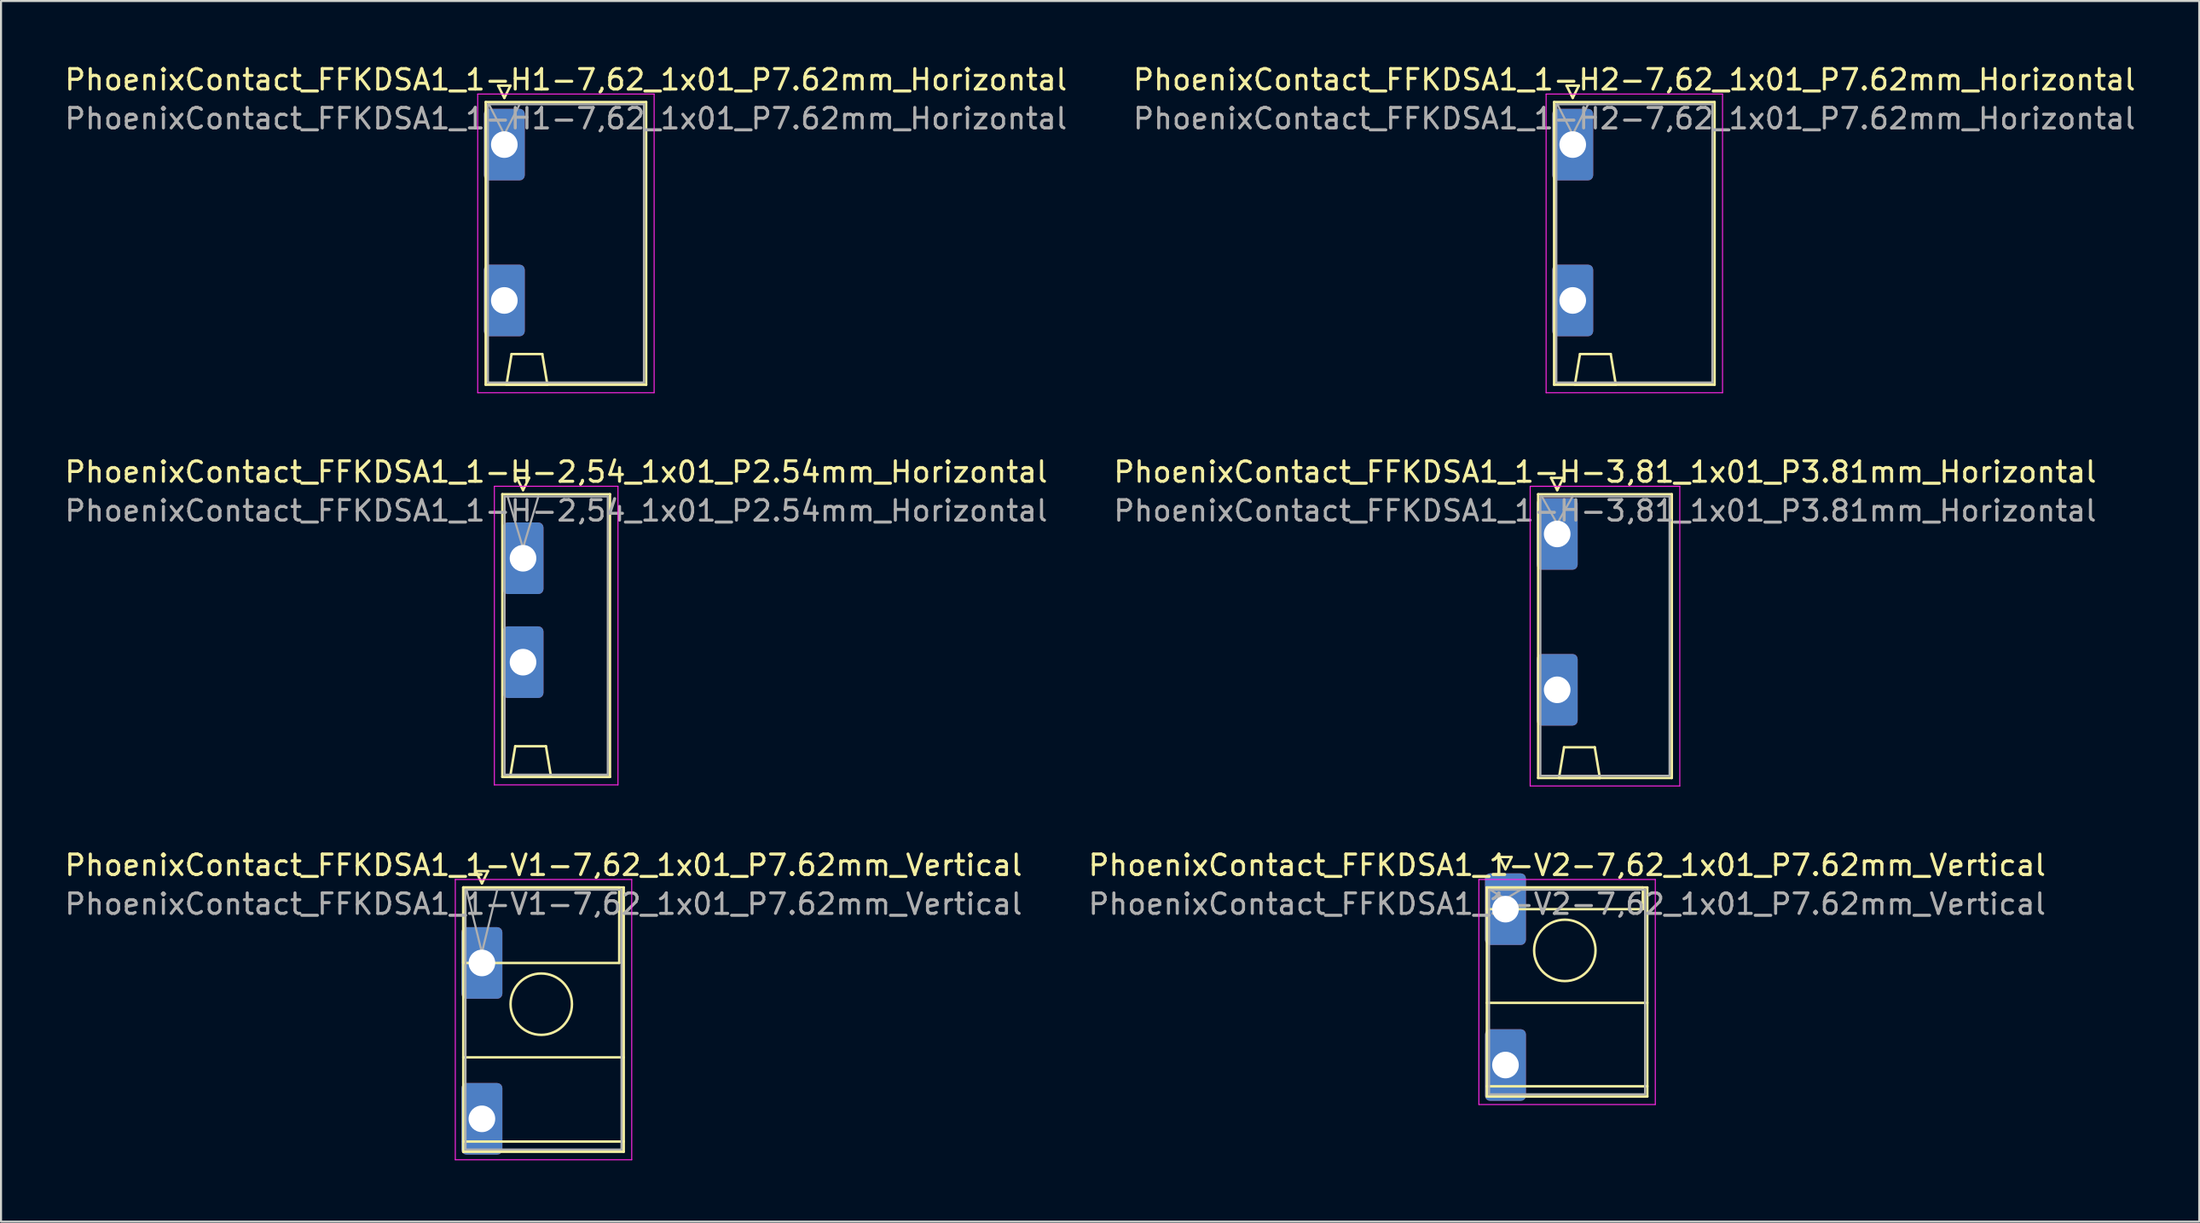
<source format=kicad_pcb>
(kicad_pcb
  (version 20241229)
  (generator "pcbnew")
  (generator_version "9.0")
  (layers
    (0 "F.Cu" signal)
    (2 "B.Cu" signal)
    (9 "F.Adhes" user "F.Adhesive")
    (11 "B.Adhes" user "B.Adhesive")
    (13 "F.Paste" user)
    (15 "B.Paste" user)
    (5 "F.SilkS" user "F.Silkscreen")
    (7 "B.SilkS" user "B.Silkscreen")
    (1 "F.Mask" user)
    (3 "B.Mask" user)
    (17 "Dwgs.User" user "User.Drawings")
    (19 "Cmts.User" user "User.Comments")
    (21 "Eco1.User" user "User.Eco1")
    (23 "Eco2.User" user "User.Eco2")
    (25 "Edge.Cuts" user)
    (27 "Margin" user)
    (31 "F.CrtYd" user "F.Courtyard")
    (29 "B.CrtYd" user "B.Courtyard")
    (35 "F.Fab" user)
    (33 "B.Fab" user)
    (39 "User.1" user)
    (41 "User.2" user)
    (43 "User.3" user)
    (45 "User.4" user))
  (footprint "PhoenixContact_FFKDSA1_1-H1-7,62_1x01_P7.62mm_Horizontal"
    (layer "F.Cu")
    (at 21.591 4.018)
    (property "Reference" "PhoenixContact_FFKDSA1_1-H1-7,62_1x01_P7.62mm_Horizontal" (at 3.01 -3.17 0) (layer "F.SilkS") (effects (font (size 1 1) (thickness 0.15))))
    (attr through_hole)
    (fp_line (start -0.91 -2.08) (end -0.91 11.74) (stroke (width 0.12) (type solid)) (layer "F.SilkS"))
    (fp_line (start -0.91 11.74) (end 6.93 11.74) (stroke (width 0.12) (type solid)) (layer "F.SilkS"))
    (fp_line (start -0.3 -2.88) (end 0.3 -2.88) (stroke (width 0.12) (type solid)) (layer "F.SilkS"))
    (fp_line (start 0 -2.28) (end -0.3 -2.88) (stroke (width 0.12) (type solid)) (layer "F.SilkS"))
    (fp_line (start 0.105 11.74) (end 2.105 11.74) (stroke (width 0.12) (type solid)) (layer "F.SilkS"))
    (fp_line (start 0.3 -2.88) (end 0 -2.28) (stroke (width 0.12) (type solid)) (layer "F.SilkS"))
    (fp_line (start 0.355 10.24) (end 0.105 11.74) (stroke (width 0.12) (type solid)) (layer "F.SilkS"))
    (fp_line (start 1.855 10.24) (end 0.355 10.24) (stroke (width 0.12) (type solid)) (layer "F.SilkS"))
    (fp_line (start 2.105 11.74) (end 1.855 10.24) (stroke (width 0.12) (type solid)) (layer "F.SilkS"))
    (fp_line (start 6.93 -2.08) (end -0.91 -2.08) (stroke (width 0.12) (type solid)) (layer "F.SilkS"))
    (fp_line (start 6.93 11.74) (end 6.93 -2.08) (stroke (width 0.12) (type solid)) (layer "F.SilkS"))
    (fp_line (start -1.3 -2.47) (end -1.3 12.13) (stroke (width 0.05) (type solid)) (layer "F.CrtYd"))
    (fp_line (start -1.3 12.13) (end 7.32 12.13) (stroke (width 0.05) (type solid)) (layer "F.CrtYd"))
    (fp_line (start 7.32 -2.47) (end -1.3 -2.47) (stroke (width 0.05) (type solid)) (layer "F.CrtYd"))
    (fp_line (start 7.32 12.13) (end 7.32 -2.47) (stroke (width 0.05) (type solid)) (layer "F.CrtYd"))
    (fp_line (start -0.8 -1.97) (end -0.8 11.63) (stroke (width 0.1) (type solid)) (layer "F.Fab"))
    (fp_line (start -0.8 11.63) (end 6.82 11.63) (stroke (width 0.1) (type solid)) (layer "F.Fab"))
    (fp_line (start 0 -0.5) (end -0.75 -1.97) (stroke (width 0.1) (type solid)) (layer "F.Fab"))
    (fp_line (start 0.75 -1.97) (end 0 -0.5) (stroke (width 0.1) (type solid)) (layer "F.Fab"))
    (fp_line (start 6.82 -1.97) (end -0.8 -1.97) (stroke (width 0.1) (type solid)) (layer "F.Fab"))
    (fp_line (start 6.82 11.63) (end 6.82 -1.97) (stroke (width 0.1) (type solid)) (layer "F.Fab"))
    (fp_text user "${REFERENCE}" (at 3.01 -1.27 0) (layer "F.Fab") (effects (font (size 1 1) (thickness 0.15))))
    (pad "1" thru_hole roundrect (at 0 0) (size 2 3.5) (drill 1.3) (layers "*.Cu" "*.Mask") (roundrect_rratio 0.125))
    (pad "1" thru_hole roundrect (at 0 7.62) (size 2 3.5) (drill 1.3) (layers "*.Cu" "*.Mask") (roundrect_rratio 0.125)))
  (footprint "PhoenixContact_FFKDSA1_1-H-3,81_1x01_P3.81mm_Horizontal"
    (layer "F.Cu")
    (at 73.035 23.052)
    (property "Reference" "PhoenixContact_FFKDSA1_1-H-3,81_1x01_P3.81mm_Horizontal" (at 2.34 -3.03 0) (layer "F.SilkS") (effects (font (size 1 1) (thickness 0.15))))
    (attr through_hole)
    (fp_line (start -0.93 -1.94) (end -0.93 11.93) (stroke (width 0.12) (type solid)) (layer "F.SilkS"))
    (fp_line (start -0.93 11.93) (end 5.6 11.93) (stroke (width 0.12) (type solid)) (layer "F.SilkS"))
    (fp_line (start -0.3 -2.74) (end 0.3 -2.74) (stroke (width 0.12) (type solid)) (layer "F.SilkS"))
    (fp_line (start 0 -2.14) (end -0.3 -2.74) (stroke (width 0.12) (type solid)) (layer "F.SilkS"))
    (fp_line (start 0.085 11.93) (end 2.085 11.93) (stroke (width 0.12) (type solid)) (layer "F.SilkS"))
    (fp_line (start 0.3 -2.74) (end 0 -2.14) (stroke (width 0.12) (type solid)) (layer "F.SilkS"))
    (fp_line (start 0.335 10.43) (end 0.085 11.93) (stroke (width 0.12) (type solid)) (layer "F.SilkS"))
    (fp_line (start 1.835 10.43) (end 0.335 10.43) (stroke (width 0.12) (type solid)) (layer "F.SilkS"))
    (fp_line (start 2.085 11.93) (end 1.835 10.43) (stroke (width 0.12) (type solid)) (layer "F.SilkS"))
    (fp_line (start 5.6 -1.94) (end -0.93 -1.94) (stroke (width 0.12) (type solid)) (layer "F.SilkS"))
    (fp_line (start 5.6 11.93) (end 5.6 -1.94) (stroke (width 0.12) (type solid)) (layer "F.SilkS"))
    (fp_line (start -1.32 -2.33) (end -1.32 12.32) (stroke (width 0.05) (type solid)) (layer "F.CrtYd"))
    (fp_line (start -1.32 12.32) (end 5.99 12.32) (stroke (width 0.05) (type solid)) (layer "F.CrtYd"))
    (fp_line (start 5.99 -2.33) (end -1.32 -2.33) (stroke (width 0.05) (type solid)) (layer "F.CrtYd"))
    (fp_line (start 5.99 12.32) (end 5.99 -2.33) (stroke (width 0.05) (type solid)) (layer "F.CrtYd"))
    (fp_line (start -0.82 -1.83) (end -0.82 11.82) (stroke (width 0.1) (type solid)) (layer "F.Fab"))
    (fp_line (start -0.82 11.82) (end 5.49 11.82) (stroke (width 0.1) (type solid)) (layer "F.Fab"))
    (fp_line (start 0 -0.5) (end -0.75 -1.83) (stroke (width 0.1) (type solid)) (layer "F.Fab"))
    (fp_line (start 0.75 -1.83) (end 0 -0.5) (stroke (width 0.1) (type solid)) (layer "F.Fab"))
    (fp_line (start 5.49 -1.83) (end -0.82 -1.83) (stroke (width 0.1) (type solid)) (layer "F.Fab"))
    (fp_line (start 5.49 11.82) (end 5.49 -1.83) (stroke (width 0.1) (type solid)) (layer "F.Fab"))
    (fp_text user "${REFERENCE}" (at 2.34 -1.13 0) (layer "F.Fab") (effects (font (size 1 1) (thickness 0.15))))
    (pad "1" thru_hole roundrect (at 0 0) (size 2 3.5) (drill 1.3) (layers "*.Cu" "*.Mask") (roundrect_rratio 0.125))
    (pad "1" thru_hole roundrect (at 0 7.62) (size 2 3.5) (drill 1.3) (layers "*.Cu" "*.Mask") (roundrect_rratio 0.125)))
  (footprint "PhoenixContact_FFKDSA1_1-V2-7,62_1x01_P7.62mm_Vertical"
    (layer "F.Cu")
    (at 70.508 41.395)
    (property "Reference" "PhoenixContact_FFKDSA1_1-V2-7,62_1x01_P7.62mm_Vertical" (at 3.01 -2.15 0) (layer "F.SilkS") (effects (font (size 1 1) (thickness 0.15))))
    (attr through_hole)
    (fp_line (start -0.91 -1.06) (end -0.91 0) (stroke (width 0.12) (type solid)) (layer "F.SilkS"))
    (fp_line (start -0.91 -1.06) (end -0.91 9.16) (stroke (width 0.12) (type solid)) (layer "F.SilkS"))
    (fp_line (start -0.91 0) (end 6.71 0) (stroke (width 0.12) (type solid)) (layer "F.SilkS"))
    (fp_line (start -0.91 4.58) (end 6.93 4.58) (stroke (width 0.12) (type solid)) (layer "F.SilkS"))
    (fp_line (start -0.91 8.66) (end 6.93 8.66) (stroke (width 0.12) (type solid)) (layer "F.SilkS"))
    (fp_line (start -0.91 9.16) (end 6.93 9.16) (stroke (width 0.12) (type solid)) (layer "F.SilkS"))
    (fp_line (start -0.3 -2.55) (end 0.3 -2.55) (stroke (width 0.12) (type solid)) (layer "F.SilkS"))
    (fp_line (start 0 -1.95) (end -0.3 -2.55) (stroke (width 0.12) (type solid)) (layer "F.SilkS"))
    (fp_line (start 0.3 -2.55) (end 0 -1.95) (stroke (width 0.12) (type solid)) (layer "F.SilkS"))
    (fp_line (start 6.71 -1.06) (end -0.91 -1.06) (stroke (width 0.12) (type solid)) (layer "F.SilkS"))
    (fp_line (start 6.71 0) (end 6.71 -1.06) (stroke (width 0.12) (type solid)) (layer "F.SilkS"))
    (fp_line (start 6.93 -1.06) (end -0.91 -1.06) (stroke (width 0.12) (type solid)) (layer "F.SilkS"))
    (fp_line (start 6.93 9.16) (end 6.93 -1.06) (stroke (width 0.12) (type solid)) (layer "F.SilkS"))
    (fp_circle (center 2.9 2.015) (end 4.4 2.015) (stroke (width 0.12) (type solid)) (fill no) (layer "F.SilkS"))
    (fp_line (start -1.3 -1.45) (end -1.3 9.55) (stroke (width 0.05) (type solid)) (layer "F.CrtYd"))
    (fp_line (start -1.3 9.55) (end 7.32 9.55) (stroke (width 0.05) (type solid)) (layer "F.CrtYd"))
    (fp_line (start 7.32 -1.45) (end -1.3 -1.45) (stroke (width 0.05) (type solid)) (layer "F.CrtYd"))
    (fp_line (start 7.32 9.55) (end 7.32 -1.45) (stroke (width 0.05) (type solid)) (layer "F.CrtYd"))
    (fp_line (start -0.8 -0.95) (end -0.8 9.05) (stroke (width 0.1) (type solid)) (layer "F.Fab"))
    (fp_line (start -0.8 9.05) (end 6.82 9.05) (stroke (width 0.1) (type solid)) (layer "F.Fab"))
    (fp_line (start 0 -0.5) (end -0.75 -0.95) (stroke (width 0.1) (type solid)) (layer "F.Fab"))
    (fp_line (start 0.75 -0.95) (end 0 -0.5) (stroke (width 0.1) (type solid)) (layer "F.Fab"))
    (fp_line (start 6.82 -0.95) (end -0.8 -0.95) (stroke (width 0.1) (type solid)) (layer "F.Fab"))
    (fp_line (start 6.82 9.05) (end 6.82 -0.95) (stroke (width 0.1) (type solid)) (layer "F.Fab"))
    (fp_text user "${REFERENCE}" (at 3.01 -0.25 0) (layer "F.Fab") (effects (font (size 1 1) (thickness 0.15))))
    (pad "1" thru_hole roundrect (at 0 0) (size 2 3.5) (drill 1.3) (layers "*.Cu" "*.Mask") (roundrect_rratio 0.125))
    (pad "1" thru_hole roundrect (at 0 7.62) (size 2 3.5) (drill 1.3) (layers "*.Cu" "*.Mask") (roundrect_rratio 0.125)))
  (footprint "PhoenixContact_FFKDSA1_1-V1-7,62_1x01_P7.62mm_Vertical"
    (layer "F.Cu")
    (at 20.496 44.025)
    (property "Reference" "PhoenixContact_FFKDSA1_1-V1-7,62_1x01_P7.62mm_Vertical" (at 3.01 -4.78 0) (layer "F.SilkS") (effects (font (size 1 1) (thickness 0.15))))
    (attr through_hole)
    (fp_line (start -0.91 -3.69) (end -0.91 0) (stroke (width 0.12) (type solid)) (layer "F.SilkS"))
    (fp_line (start -0.91 -3.69) (end -0.91 9.23) (stroke (width 0.12) (type solid)) (layer "F.SilkS"))
    (fp_line (start -0.91 0) (end 6.71 0) (stroke (width 0.12) (type solid)) (layer "F.SilkS"))
    (fp_line (start -0.91 4.615) (end 6.93 4.615) (stroke (width 0.12) (type solid)) (layer "F.SilkS"))
    (fp_line (start -0.91 8.73) (end 6.93 8.73) (stroke (width 0.12) (type solid)) (layer "F.SilkS"))
    (fp_line (start -0.91 9.23) (end 6.93 9.23) (stroke (width 0.12) (type solid)) (layer "F.SilkS"))
    (fp_line (start -0.3 -4.49) (end 0.3 -4.49) (stroke (width 0.12) (type solid)) (layer "F.SilkS"))
    (fp_line (start 0 -3.89) (end -0.3 -4.49) (stroke (width 0.12) (type solid)) (layer "F.SilkS"))
    (fp_line (start 0.3 -4.49) (end 0 -3.89) (stroke (width 0.12) (type solid)) (layer "F.SilkS"))
    (fp_line (start 6.71 -3.69) (end -0.91 -3.69) (stroke (width 0.12) (type solid)) (layer "F.SilkS"))
    (fp_line (start 6.71 0) (end 6.71 -3.69) (stroke (width 0.12) (type solid)) (layer "F.SilkS"))
    (fp_line (start 6.93 -3.69) (end -0.91 -3.69) (stroke (width 0.12) (type solid)) (layer "F.SilkS"))
    (fp_line (start 6.93 9.23) (end 6.93 -3.69) (stroke (width 0.12) (type solid)) (layer "F.SilkS"))
    (fp_circle (center 2.9 2.015) (end 4.4 2.015) (stroke (width 0.12) (type solid)) (fill no) (layer "F.SilkS"))
    (fp_line (start -1.3 -4.08) (end -1.3 9.62) (stroke (width 0.05) (type solid)) (layer "F.CrtYd"))
    (fp_line (start -1.3 9.62) (end 7.32 9.62) (stroke (width 0.05) (type solid)) (layer "F.CrtYd"))
    (fp_line (start 7.32 -4.08) (end -1.3 -4.08) (stroke (width 0.05) (type solid)) (layer "F.CrtYd"))
    (fp_line (start 7.32 9.62) (end 7.32 -4.08) (stroke (width 0.05) (type solid)) (layer "F.CrtYd"))
    (fp_line (start -0.8 -3.58) (end -0.8 9.12) (stroke (width 0.1) (type solid)) (layer "F.Fab"))
    (fp_line (start -0.8 9.12) (end 6.82 9.12) (stroke (width 0.1) (type solid)) (layer "F.Fab"))
    (fp_line (start 0 -0.5) (end -0.75 -3.58) (stroke (width 0.1) (type solid)) (layer "F.Fab"))
    (fp_line (start 0.75 -3.58) (end 0 -0.5) (stroke (width 0.1) (type solid)) (layer "F.Fab"))
    (fp_line (start 6.82 -3.58) (end -0.8 -3.58) (stroke (width 0.1) (type solid)) (layer "F.Fab"))
    (fp_line (start 6.82 9.12) (end 6.82 -3.58) (stroke (width 0.1) (type solid)) (layer "F.Fab"))
    (fp_text user "${REFERENCE}" (at 3.01 -2.88 0) (layer "F.Fab") (effects (font (size 1 1) (thickness 0.15))))
    (pad "1" thru_hole roundrect (at 0 0) (size 2 3.5) (drill 1.3) (layers "*.Cu" "*.Mask") (roundrect_rratio 0.125))
    (pad "1" thru_hole roundrect (at 0 7.62) (size 2 3.5) (drill 1.3) (layers "*.Cu" "*.Mask") (roundrect_rratio 0.125)))
  (footprint "PhoenixContact_FFKDSA1_1-H-2,54_1x01_P2.54mm_Horizontal"
    (layer "F.Cu")
    (at 22.505 24.241)
    (property "Reference" "PhoenixContact_FFKDSA1_1-H-2,54_1x01_P2.54mm_Horizontal" (at 1.62 -4.22 0) (layer "F.SilkS") (effects (font (size 1 1) (thickness 0.15))))
    (attr through_hole)
    (fp_line (start -1.01 -3.13) (end -1.01 10.69) (stroke (width 0.12) (type solid)) (layer "F.SilkS"))
    (fp_line (start -1.01 10.69) (end 4.25 10.69) (stroke (width 0.12) (type solid)) (layer "F.SilkS"))
    (fp_line (start -0.63 10.69) (end 1.37 10.69) (stroke (width 0.12) (type solid)) (layer "F.SilkS"))
    (fp_line (start -0.38 9.19) (end -0.63 10.69) (stroke (width 0.12) (type solid)) (layer "F.SilkS"))
    (fp_line (start -0.3 -3.93) (end 0.3 -3.93) (stroke (width 0.12) (type solid)) (layer "F.SilkS"))
    (fp_line (start 0 -3.33) (end -0.3 -3.93) (stroke (width 0.12) (type solid)) (layer "F.SilkS"))
    (fp_line (start 0.3 -3.93) (end 0 -3.33) (stroke (width 0.12) (type solid)) (layer "F.SilkS"))
    (fp_line (start 1.12 9.19) (end -0.38 9.19) (stroke (width 0.12) (type solid)) (layer "F.SilkS"))
    (fp_line (start 1.37 10.69) (end 1.12 9.19) (stroke (width 0.12) (type solid)) (layer "F.SilkS"))
    (fp_line (start 4.25 -3.13) (end -1.01 -3.13) (stroke (width 0.12) (type solid)) (layer "F.SilkS"))
    (fp_line (start 4.25 10.69) (end 4.25 -3.13) (stroke (width 0.12) (type solid)) (layer "F.SilkS"))
    (fp_line (start -1.4 -3.52) (end -1.4 11.08) (stroke (width 0.05) (type solid)) (layer "F.CrtYd"))
    (fp_line (start -1.4 11.08) (end 4.64 11.08) (stroke (width 0.05) (type solid)) (layer "F.CrtYd"))
    (fp_line (start 4.64 -3.52) (end -1.4 -3.52) (stroke (width 0.05) (type solid)) (layer "F.CrtYd"))
    (fp_line (start 4.64 11.08) (end 4.64 -3.52) (stroke (width 0.05) (type solid)) (layer "F.CrtYd"))
    (fp_line (start -0.9 -3.02) (end -0.9 10.58) (stroke (width 0.1) (type solid)) (layer "F.Fab"))
    (fp_line (start -0.9 10.58) (end 4.14 10.58) (stroke (width 0.1) (type solid)) (layer "F.Fab"))
    (fp_line (start 0 -0.5) (end -0.75 -3.02) (stroke (width 0.1) (type solid)) (layer "F.Fab"))
    (fp_line (start 0.75 -3.02) (end 0 -0.5) (stroke (width 0.1) (type solid)) (layer "F.Fab"))
    (fp_line (start 4.14 -3.02) (end -0.9 -3.02) (stroke (width 0.1) (type solid)) (layer "F.Fab"))
    (fp_line (start 4.14 10.58) (end 4.14 -3.02) (stroke (width 0.1) (type solid)) (layer "F.Fab"))
    (fp_text user "${REFERENCE}" (at 1.62 -2.32 0) (layer "F.Fab") (effects (font (size 1 1) (thickness 0.15))))
    (pad "1" thru_hole roundrect (at 0 0) (size 2 3.5) (drill 1.3) (layers "*.Cu" "*.Mask") (roundrect_rratio 0.125))
    (pad "1" thru_hole roundrect (at 0 5.08) (size 2 3.5) (drill 1.3) (layers "*.Cu" "*.Mask") (roundrect_rratio 0.125)))
  (footprint "PhoenixContact_FFKDSA1_1-H2-7,62_1x01_P7.62mm_Horizontal"
    (layer "F.Cu")
    (at 73.794 4.018)
    (property "Reference" "PhoenixContact_FFKDSA1_1-H2-7,62_1x01_P7.62mm_Horizontal" (at 3.01 -3.17 0) (layer "F.SilkS") (effects (font (size 1 1) (thickness 0.15))))
    (attr through_hole)
    (fp_line (start -0.91 -2.08) (end -0.91 11.74) (stroke (width 0.12) (type solid)) (layer "F.SilkS"))
    (fp_line (start -0.91 11.74) (end 6.93 11.74) (stroke (width 0.12) (type solid)) (layer "F.SilkS"))
    (fp_line (start -0.3 -2.88) (end 0.3 -2.88) (stroke (width 0.12) (type solid)) (layer "F.SilkS"))
    (fp_line (start 0 -2.28) (end -0.3 -2.88) (stroke (width 0.12) (type solid)) (layer "F.SilkS"))
    (fp_line (start 0.105 11.74) (end 2.105 11.74) (stroke (width 0.12) (type solid)) (layer "F.SilkS"))
    (fp_line (start 0.3 -2.88) (end 0 -2.28) (stroke (width 0.12) (type solid)) (layer "F.SilkS"))
    (fp_line (start 0.355 10.24) (end 0.105 11.74) (stroke (width 0.12) (type solid)) (layer "F.SilkS"))
    (fp_line (start 1.855 10.24) (end 0.355 10.24) (stroke (width 0.12) (type solid)) (layer "F.SilkS"))
    (fp_line (start 2.105 11.74) (end 1.855 10.24) (stroke (width 0.12) (type solid)) (layer "F.SilkS"))
    (fp_line (start 6.93 -2.08) (end -0.91 -2.08) (stroke (width 0.12) (type solid)) (layer "F.SilkS"))
    (fp_line (start 6.93 11.74) (end 6.93 -2.08) (stroke (width 0.12) (type solid)) (layer "F.SilkS"))
    (fp_line (start -1.3 -2.47) (end -1.3 12.13) (stroke (width 0.05) (type solid)) (layer "F.CrtYd"))
    (fp_line (start -1.3 12.13) (end 7.32 12.13) (stroke (width 0.05) (type solid)) (layer "F.CrtYd"))
    (fp_line (start 7.32 -2.47) (end -1.3 -2.47) (stroke (width 0.05) (type solid)) (layer "F.CrtYd"))
    (fp_line (start 7.32 12.13) (end 7.32 -2.47) (stroke (width 0.05) (type solid)) (layer "F.CrtYd"))
    (fp_line (start -0.8 -1.97) (end -0.8 11.63) (stroke (width 0.1) (type solid)) (layer "F.Fab"))
    (fp_line (start -0.8 11.63) (end 6.82 11.63) (stroke (width 0.1) (type solid)) (layer "F.Fab"))
    (fp_line (start 0 -0.5) (end -0.75 -1.97) (stroke (width 0.1) (type solid)) (layer "F.Fab"))
    (fp_line (start 0.75 -1.97) (end 0 -0.5) (stroke (width 0.1) (type solid)) (layer "F.Fab"))
    (fp_line (start 6.82 -1.97) (end -0.8 -1.97) (stroke (width 0.1) (type solid)) (layer "F.Fab"))
    (fp_line (start 6.82 11.63) (end 6.82 -1.97) (stroke (width 0.1) (type solid)) (layer "F.Fab"))
    (fp_text user "${REFERENCE}" (at 3.01 -1.27 0) (layer "F.Fab") (effects (font (size 1 1) (thickness 0.15))))
    (pad "1" thru_hole roundrect (at 0 0) (size 2 3.5) (drill 1.3) (layers "*.Cu" "*.Mask") (roundrect_rratio 0.125))
    (pad "1" thru_hole roundrect (at 0 7.62) (size 2 3.5) (drill 1.3) (layers "*.Cu" "*.Mask") (roundrect_rratio 0.125)))
  (gr_rect
    (start -3 -3)
    (end 104.405 56.67)
    (stroke (width 0.1) (type default))
    (fill no)
    (layer "Edge.Cuts")))
</source>
